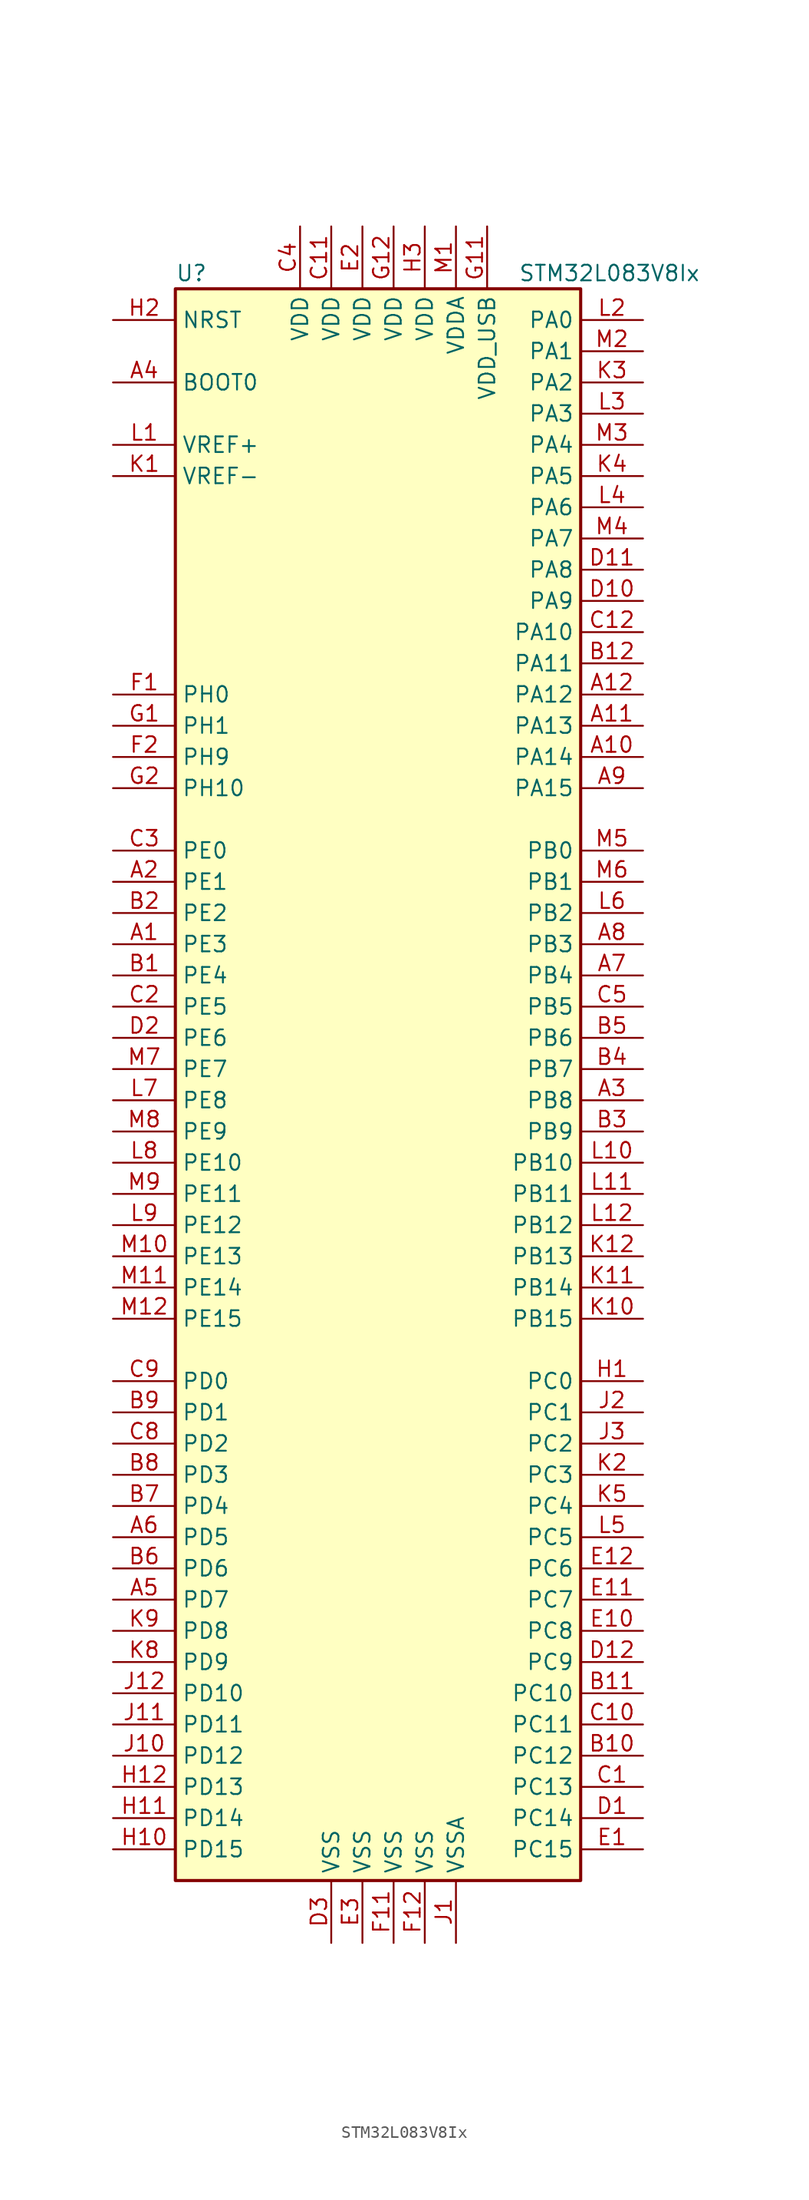
<source format=kicad_sym>
(kicad_symbol_lib
  (version 20211014)
  (generator kicad_symbol_editor)
  (symbol "STM32L083V8Ix"
    (property "Reference" "U"
      (at -17.78 64.77 0)
      (effects (font (size 1.27 1.27)) (justify left)))
    (property "Value" "STM32L083V8Ix"
      (at 10.16 64.77 0)
      (effects (font (size 1.27 1.27)) (justify left)))
    (symbol "STM32L083V8Ix_0_1"
      (rectangle (start -17.78 -66.04) (end 15.24 63.5) (stroke (width 0.254) (type default) (color 0 0 0 0)) (fill (type background))))
    (symbol "STM32L083V8Ix_1_1"
      (pin bidirectional line (at -22.86 10.16 0) (length 5.08) (name "PE3" (effects (font (size 1.27 1.27)))) (number "A1" (effects (font (size 1.27 1.27)))))
      (pin bidirectional line (at 20.32 25.4 180) (length 5.08) (name "PA14" (effects (font (size 1.27 1.27)))) (number "A10" (effects (font (size 1.27 1.27)))))
      (pin bidirectional line (at 20.32 27.94 180) (length 5.08) (name "PA13" (effects (font (size 1.27 1.27)))) (number "A11" (effects (font (size 1.27 1.27)))))
      (pin bidirectional line (at 20.32 30.48 180) (length 5.08) (name "PA12" (effects (font (size 1.27 1.27)))) (number "A12" (effects (font (size 1.27 1.27)))))
      (pin bidirectional line (at -22.86 15.24 0) (length 5.08) (name "PE1" (effects (font (size 1.27 1.27)))) (number "A2" (effects (font (size 1.27 1.27)))))
      (pin bidirectional line (at 20.32 -2.54 180) (length 5.08) (name "PB8" (effects (font (size 1.27 1.27)))) (number "A3" (effects (font (size 1.27 1.27)))))
      (pin input line (at -22.86 55.88 0) (length 5.08) (name "BOOT0" (effects (font (size 1.27 1.27)))) (number "A4" (effects (font (size 1.27 1.27)))))
      (pin bidirectional line (at -22.86 -43.18 0) (length 5.08) (name "PD7" (effects (font (size 1.27 1.27)))) (number "A5" (effects (font (size 1.27 1.27)))))
      (pin bidirectional line (at -22.86 -38.1 0) (length 5.08) (name "PD5" (effects (font (size 1.27 1.27)))) (number "A6" (effects (font (size 1.27 1.27)))))
      (pin bidirectional line (at 20.32 7.62 180) (length 5.08) (name "PB4" (effects (font (size 1.27 1.27)))) (number "A7" (effects (font (size 1.27 1.27)))))
      (pin bidirectional line (at 20.32 10.16 180) (length 5.08) (name "PB3" (effects (font (size 1.27 1.27)))) (number "A8" (effects (font (size 1.27 1.27)))))
      (pin bidirectional line (at 20.32 22.86 180) (length 5.08) (name "PA15" (effects (font (size 1.27 1.27)))) (number "A9" (effects (font (size 1.27 1.27)))))
      (pin bidirectional line (at -22.86 7.62 0) (length 5.08) (name "PE4" (effects (font (size 1.27 1.27)))) (number "B1" (effects (font (size 1.27 1.27)))))
      (pin bidirectional line (at 20.32 -55.88 180) (length 5.08) (name "PC12" (effects (font (size 1.27 1.27)))) (number "B10" (effects (font (size 1.27 1.27)))))
      (pin bidirectional line (at 20.32 -50.8 180) (length 5.08) (name "PC10" (effects (font (size 1.27 1.27)))) (number "B11" (effects (font (size 1.27 1.27)))))
      (pin bidirectional line (at 20.32 33.02 180) (length 5.08) (name "PA11" (effects (font (size 1.27 1.27)))) (number "B12" (effects (font (size 1.27 1.27)))))
      (pin bidirectional line (at -22.86 12.7 0) (length 5.08) (name "PE2" (effects (font (size 1.27 1.27)))) (number "B2" (effects (font (size 1.27 1.27)))))
      (pin bidirectional line (at 20.32 -5.08 180) (length 5.08) (name "PB9" (effects (font (size 1.27 1.27)))) (number "B3" (effects (font (size 1.27 1.27)))))
      (pin bidirectional line (at 20.32 0 180) (length 5.08) (name "PB7" (effects (font (size 1.27 1.27)))) (number "B4" (effects (font (size 1.27 1.27)))))
      (pin bidirectional line (at 20.32 2.54 180) (length 5.08) (name "PB6" (effects (font (size 1.27 1.27)))) (number "B5" (effects (font (size 1.27 1.27)))))
      (pin bidirectional line (at -22.86 -40.64 0) (length 5.08) (name "PD6" (effects (font (size 1.27 1.27)))) (number "B6" (effects (font (size 1.27 1.27)))))
      (pin bidirectional line (at -22.86 -35.56 0) (length 5.08) (name "PD4" (effects (font (size 1.27 1.27)))) (number "B7" (effects (font (size 1.27 1.27)))))
      (pin bidirectional line (at -22.86 -33.02 0) (length 5.08) (name "PD3" (effects (font (size 1.27 1.27)))) (number "B8" (effects (font (size 1.27 1.27)))))
      (pin bidirectional line (at -22.86 -27.94 0) (length 5.08) (name "PD1" (effects (font (size 1.27 1.27)))) (number "B9" (effects (font (size 1.27 1.27)))))
      (pin bidirectional line (at 20.32 -58.42 180) (length 5.08) (name "PC13" (effects (font (size 1.27 1.27)))) (number "C1" (effects (font (size 1.27 1.27)))))
      (pin bidirectional line (at 20.32 -53.34 180) (length 5.08) (name "PC11" (effects (font (size 1.27 1.27)))) (number "C10" (effects (font (size 1.27 1.27)))))
      (pin power_in line (at -5.08 68.58 270) (length 5.08) (name "VDD" (effects (font (size 1.27 1.27)))) (number "C11" (effects (font (size 1.27 1.27)))))
      (pin bidirectional line (at 20.32 35.56 180) (length 5.08) (name "PA10" (effects (font (size 1.27 1.27)))) (number "C12" (effects (font (size 1.27 1.27)))))
      (pin bidirectional line (at -22.86 5.08 0) (length 5.08) (name "PE5" (effects (font (size 1.27 1.27)))) (number "C2" (effects (font (size 1.27 1.27)))))
      (pin bidirectional line (at -22.86 17.78 0) (length 5.08) (name "PE0" (effects (font (size 1.27 1.27)))) (number "C3" (effects (font (size 1.27 1.27)))))
      (pin power_in line (at -7.62 68.58 270) (length 5.08) (name "VDD" (effects (font (size 1.27 1.27)))) (number "C4" (effects (font (size 1.27 1.27)))))
      (pin bidirectional line (at 20.32 5.08 180) (length 5.08) (name "PB5" (effects (font (size 1.27 1.27)))) (number "C5" (effects (font (size 1.27 1.27)))))
      (pin bidirectional line (at -22.86 -30.48 0) (length 5.08) (name "PD2" (effects (font (size 1.27 1.27)))) (number "C8" (effects (font (size 1.27 1.27)))))
      (pin bidirectional line (at -22.86 -25.4 0) (length 5.08) (name "PD0" (effects (font (size 1.27 1.27)))) (number "C9" (effects (font (size 1.27 1.27)))))
      (pin bidirectional line (at 20.32 -60.96 180) (length 5.08) (name "PC14" (effects (font (size 1.27 1.27)))) (number "D1" (effects (font (size 1.27 1.27)))))
      (pin bidirectional line (at 20.32 38.1 180) (length 5.08) (name "PA9" (effects (font (size 1.27 1.27)))) (number "D10" (effects (font (size 1.27 1.27)))))
      (pin bidirectional line (at 20.32 40.64 180) (length 5.08) (name "PA8" (effects (font (size 1.27 1.27)))) (number "D11" (effects (font (size 1.27 1.27)))))
      (pin bidirectional line (at 20.32 -48.26 180) (length 5.08) (name "PC9" (effects (font (size 1.27 1.27)))) (number "D12" (effects (font (size 1.27 1.27)))))
      (pin bidirectional line (at -22.86 2.54 0) (length 5.08) (name "PE6" (effects (font (size 1.27 1.27)))) (number "D2" (effects (font (size 1.27 1.27)))))
      (pin power_in line (at -5.08 -71.12 90) (length 5.08) (name "VSS" (effects (font (size 1.27 1.27)))) (number "D3" (effects (font (size 1.27 1.27)))))
      (pin bidirectional line (at 20.32 -63.5 180) (length 5.08) (name "PC15" (effects (font (size 1.27 1.27)))) (number "E1" (effects (font (size 1.27 1.27)))))
      (pin bidirectional line (at 20.32 -45.72 180) (length 5.08) (name "PC8" (effects (font (size 1.27 1.27)))) (number "E10" (effects (font (size 1.27 1.27)))))
      (pin bidirectional line (at 20.32 -43.18 180) (length 5.08) (name "PC7" (effects (font (size 1.27 1.27)))) (number "E11" (effects (font (size 1.27 1.27)))))
      (pin bidirectional line (at 20.32 -40.64 180) (length 5.08) (name "PC6" (effects (font (size 1.27 1.27)))) (number "E12" (effects (font (size 1.27 1.27)))))
      (pin power_in line (at -2.54 68.58 270) (length 5.08) (name "VDD" (effects (font (size 1.27 1.27)))) (number "E2" (effects (font (size 1.27 1.27)))))
      (pin power_in line (at -2.54 -71.12 90) (length 5.08) (name "VSS" (effects (font (size 1.27 1.27)))) (number "E3" (effects (font (size 1.27 1.27)))))
      (pin input line (at -22.86 30.48 0) (length 5.08) (name "PH0" (effects (font (size 1.27 1.27)))) (number "F1" (effects (font (size 1.27 1.27)))))
      (pin power_in line (at 0 -71.12 90) (length 5.08) (name "VSS" (effects (font (size 1.27 1.27)))) (number "F11" (effects (font (size 1.27 1.27)))))
      (pin power_in line (at 2.54 -71.12 90) (length 5.08) (name "VSS" (effects (font (size 1.27 1.27)))) (number "F12" (effects (font (size 1.27 1.27)))))
      (pin bidirectional line (at -22.86 25.4 0) (length 5.08) (name "PH9" (effects (font (size 1.27 1.27)))) (number "F2" (effects (font (size 1.27 1.27)))))
      (pin input line (at -22.86 27.94 0) (length 5.08) (name "PH1" (effects (font (size 1.27 1.27)))) (number "G1" (effects (font (size 1.27 1.27)))))
      (pin power_in line (at 7.62 68.58 270) (length 5.08) (name "VDD_USB" (effects (font (size 1.27 1.27)))) (number "G11" (effects (font (size 1.27 1.27)))))
      (pin power_in line (at 0 68.58 270) (length 5.08) (name "VDD" (effects (font (size 1.27 1.27)))) (number "G12" (effects (font (size 1.27 1.27)))))
      (pin bidirectional line (at -22.86 22.86 0) (length 5.08) (name "PH10" (effects (font (size 1.27 1.27)))) (number "G2" (effects (font (size 1.27 1.27)))))
      (pin bidirectional line (at 20.32 -25.4 180) (length 5.08) (name "PC0" (effects (font (size 1.27 1.27)))) (number "H1" (effects (font (size 1.27 1.27)))))
      (pin bidirectional line (at -22.86 -63.5 0) (length 5.08) (name "PD15" (effects (font (size 1.27 1.27)))) (number "H10" (effects (font (size 1.27 1.27)))))
      (pin bidirectional line (at -22.86 -60.96 0) (length 5.08) (name "PD14" (effects (font (size 1.27 1.27)))) (number "H11" (effects (font (size 1.27 1.27)))))
      (pin bidirectional line (at -22.86 -58.42 0) (length 5.08) (name "PD13" (effects (font (size 1.27 1.27)))) (number "H12" (effects (font (size 1.27 1.27)))))
      (pin input line (at -22.86 60.96 0) (length 5.08) (name "NRST" (effects (font (size 1.27 1.27)))) (number "H2" (effects (font (size 1.27 1.27)))))
      (pin power_in line (at 2.54 68.58 270) (length 5.08) (name "VDD" (effects (font (size 1.27 1.27)))) (number "H3" (effects (font (size 1.27 1.27)))))
      (pin power_in line (at 5.08 -71.12 90) (length 5.08) (name "VSSA" (effects (font (size 1.27 1.27)))) (number "J1" (effects (font (size 1.27 1.27)))))
      (pin bidirectional line (at -22.86 -55.88 0) (length 5.08) (name "PD12" (effects (font (size 1.27 1.27)))) (number "J10" (effects (font (size 1.27 1.27)))))
      (pin bidirectional line (at -22.86 -53.34 0) (length 5.08) (name "PD11" (effects (font (size 1.27 1.27)))) (number "J11" (effects (font (size 1.27 1.27)))))
      (pin bidirectional line (at -22.86 -50.8 0) (length 5.08) (name "PD10" (effects (font (size 1.27 1.27)))) (number "J12" (effects (font (size 1.27 1.27)))))
      (pin bidirectional line (at 20.32 -27.94 180) (length 5.08) (name "PC1" (effects (font (size 1.27 1.27)))) (number "J2" (effects (font (size 1.27 1.27)))))
      (pin bidirectional line (at 20.32 -30.48 180) (length 5.08) (name "PC2" (effects (font (size 1.27 1.27)))) (number "J3" (effects (font (size 1.27 1.27)))))
      (pin power_in line (at -22.86 48.26 0) (length 5.08) (name "VREF-" (effects (font (size 1.27 1.27)))) (number "K1" (effects (font (size 1.27 1.27)))))
      (pin bidirectional line (at 20.32 -20.32 180) (length 5.08) (name "PB15" (effects (font (size 1.27 1.27)))) (number "K10" (effects (font (size 1.27 1.27)))))
      (pin bidirectional line (at 20.32 -17.78 180) (length 5.08) (name "PB14" (effects (font (size 1.27 1.27)))) (number "K11" (effects (font (size 1.27 1.27)))))
      (pin bidirectional line (at 20.32 -15.24 180) (length 5.08) (name "PB13" (effects (font (size 1.27 1.27)))) (number "K12" (effects (font (size 1.27 1.27)))))
      (pin bidirectional line (at 20.32 -33.02 180) (length 5.08) (name "PC3" (effects (font (size 1.27 1.27)))) (number "K2" (effects (font (size 1.27 1.27)))))
      (pin bidirectional line (at 20.32 55.88 180) (length 5.08) (name "PA2" (effects (font (size 1.27 1.27)))) (number "K3" (effects (font (size 1.27 1.27)))))
      (pin bidirectional line (at 20.32 48.26 180) (length 5.08) (name "PA5" (effects (font (size 1.27 1.27)))) (number "K4" (effects (font (size 1.27 1.27)))))
      (pin bidirectional line (at 20.32 -35.56 180) (length 5.08) (name "PC4" (effects (font (size 1.27 1.27)))) (number "K5" (effects (font (size 1.27 1.27)))))
      (pin bidirectional line (at -22.86 -48.26 0) (length 5.08) (name "PD9" (effects (font (size 1.27 1.27)))) (number "K8" (effects (font (size 1.27 1.27)))))
      (pin bidirectional line (at -22.86 -45.72 0) (length 5.08) (name "PD8" (effects (font (size 1.27 1.27)))) (number "K9" (effects (font (size 1.27 1.27)))))
      (pin power_in line (at -22.86 50.8 0) (length 5.08) (name "VREF+" (effects (font (size 1.27 1.27)))) (number "L1" (effects (font (size 1.27 1.27)))))
      (pin bidirectional line (at 20.32 -7.62 180) (length 5.08) (name "PB10" (effects (font (size 1.27 1.27)))) (number "L10" (effects (font (size 1.27 1.27)))))
      (pin bidirectional line (at 20.32 -10.16 180) (length 5.08) (name "PB11" (effects (font (size 1.27 1.27)))) (number "L11" (effects (font (size 1.27 1.27)))))
      (pin bidirectional line (at 20.32 -12.7 180) (length 5.08) (name "PB12" (effects (font (size 1.27 1.27)))) (number "L12" (effects (font (size 1.27 1.27)))))
      (pin bidirectional line (at 20.32 60.96 180) (length 5.08) (name "PA0" (effects (font (size 1.27 1.27)))) (number "L2" (effects (font (size 1.27 1.27)))))
      (pin bidirectional line (at 20.32 53.34 180) (length 5.08) (name "PA3" (effects (font (size 1.27 1.27)))) (number "L3" (effects (font (size 1.27 1.27)))))
      (pin bidirectional line (at 20.32 45.72 180) (length 5.08) (name "PA6" (effects (font (size 1.27 1.27)))) (number "L4" (effects (font (size 1.27 1.27)))))
      (pin bidirectional line (at 20.32 -38.1 180) (length 5.08) (name "PC5" (effects (font (size 1.27 1.27)))) (number "L5" (effects (font (size 1.27 1.27)))))
      (pin bidirectional line (at 20.32 12.7 180) (length 5.08) (name "PB2" (effects (font (size 1.27 1.27)))) (number "L6" (effects (font (size 1.27 1.27)))))
      (pin bidirectional line (at -22.86 -2.54 0) (length 5.08) (name "PE8" (effects (font (size 1.27 1.27)))) (number "L7" (effects (font (size 1.27 1.27)))))
      (pin bidirectional line (at -22.86 -7.62 0) (length 5.08) (name "PE10" (effects (font (size 1.27 1.27)))) (number "L8" (effects (font (size 1.27 1.27)))))
      (pin bidirectional line (at -22.86 -12.7 0) (length 5.08) (name "PE12" (effects (font (size 1.27 1.27)))) (number "L9" (effects (font (size 1.27 1.27)))))
      (pin power_in line (at 5.08 68.58 270) (length 5.08) (name "VDDA" (effects (font (size 1.27 1.27)))) (number "M1" (effects (font (size 1.27 1.27)))))
      (pin bidirectional line (at -22.86 -15.24 0) (length 5.08) (name "PE13" (effects (font (size 1.27 1.27)))) (number "M10" (effects (font (size 1.27 1.27)))))
      (pin bidirectional line (at -22.86 -17.78 0) (length 5.08) (name "PE14" (effects (font (size 1.27 1.27)))) (number "M11" (effects (font (size 1.27 1.27)))))
      (pin bidirectional line (at -22.86 -20.32 0) (length 5.08) (name "PE15" (effects (font (size 1.27 1.27)))) (number "M12" (effects (font (size 1.27 1.27)))))
      (pin bidirectional line (at 20.32 58.42 180) (length 5.08) (name "PA1" (effects (font (size 1.27 1.27)))) (number "M2" (effects (font (size 1.27 1.27)))))
      (pin bidirectional line (at 20.32 50.8 180) (length 5.08) (name "PA4" (effects (font (size 1.27 1.27)))) (number "M3" (effects (font (size 1.27 1.27)))))
      (pin bidirectional line (at 20.32 43.18 180) (length 5.08) (name "PA7" (effects (font (size 1.27 1.27)))) (number "M4" (effects (font (size 1.27 1.27)))))
      (pin bidirectional line (at 20.32 17.78 180) (length 5.08) (name "PB0" (effects (font (size 1.27 1.27)))) (number "M5" (effects (font (size 1.27 1.27)))))
      (pin bidirectional line (at 20.32 15.24 180) (length 5.08) (name "PB1" (effects (font (size 1.27 1.27)))) (number "M6" (effects (font (size 1.27 1.27)))))
      (pin bidirectional line (at -22.86 0 0) (length 5.08) (name "PE7" (effects (font (size 1.27 1.27)))) (number "M7" (effects (font (size 1.27 1.27)))))
      (pin bidirectional line (at -22.86 -5.08 0) (length 5.08) (name "PE9" (effects (font (size 1.27 1.27)))) (number "M8" (effects (font (size 1.27 1.27)))))
      (pin bidirectional line (at -22.86 -10.16 0) (length 5.08) (name "PE11" (effects (font (size 1.27 1.27)))) (number "M9" (effects (font (size 1.27 1.27))))))))
</source>
